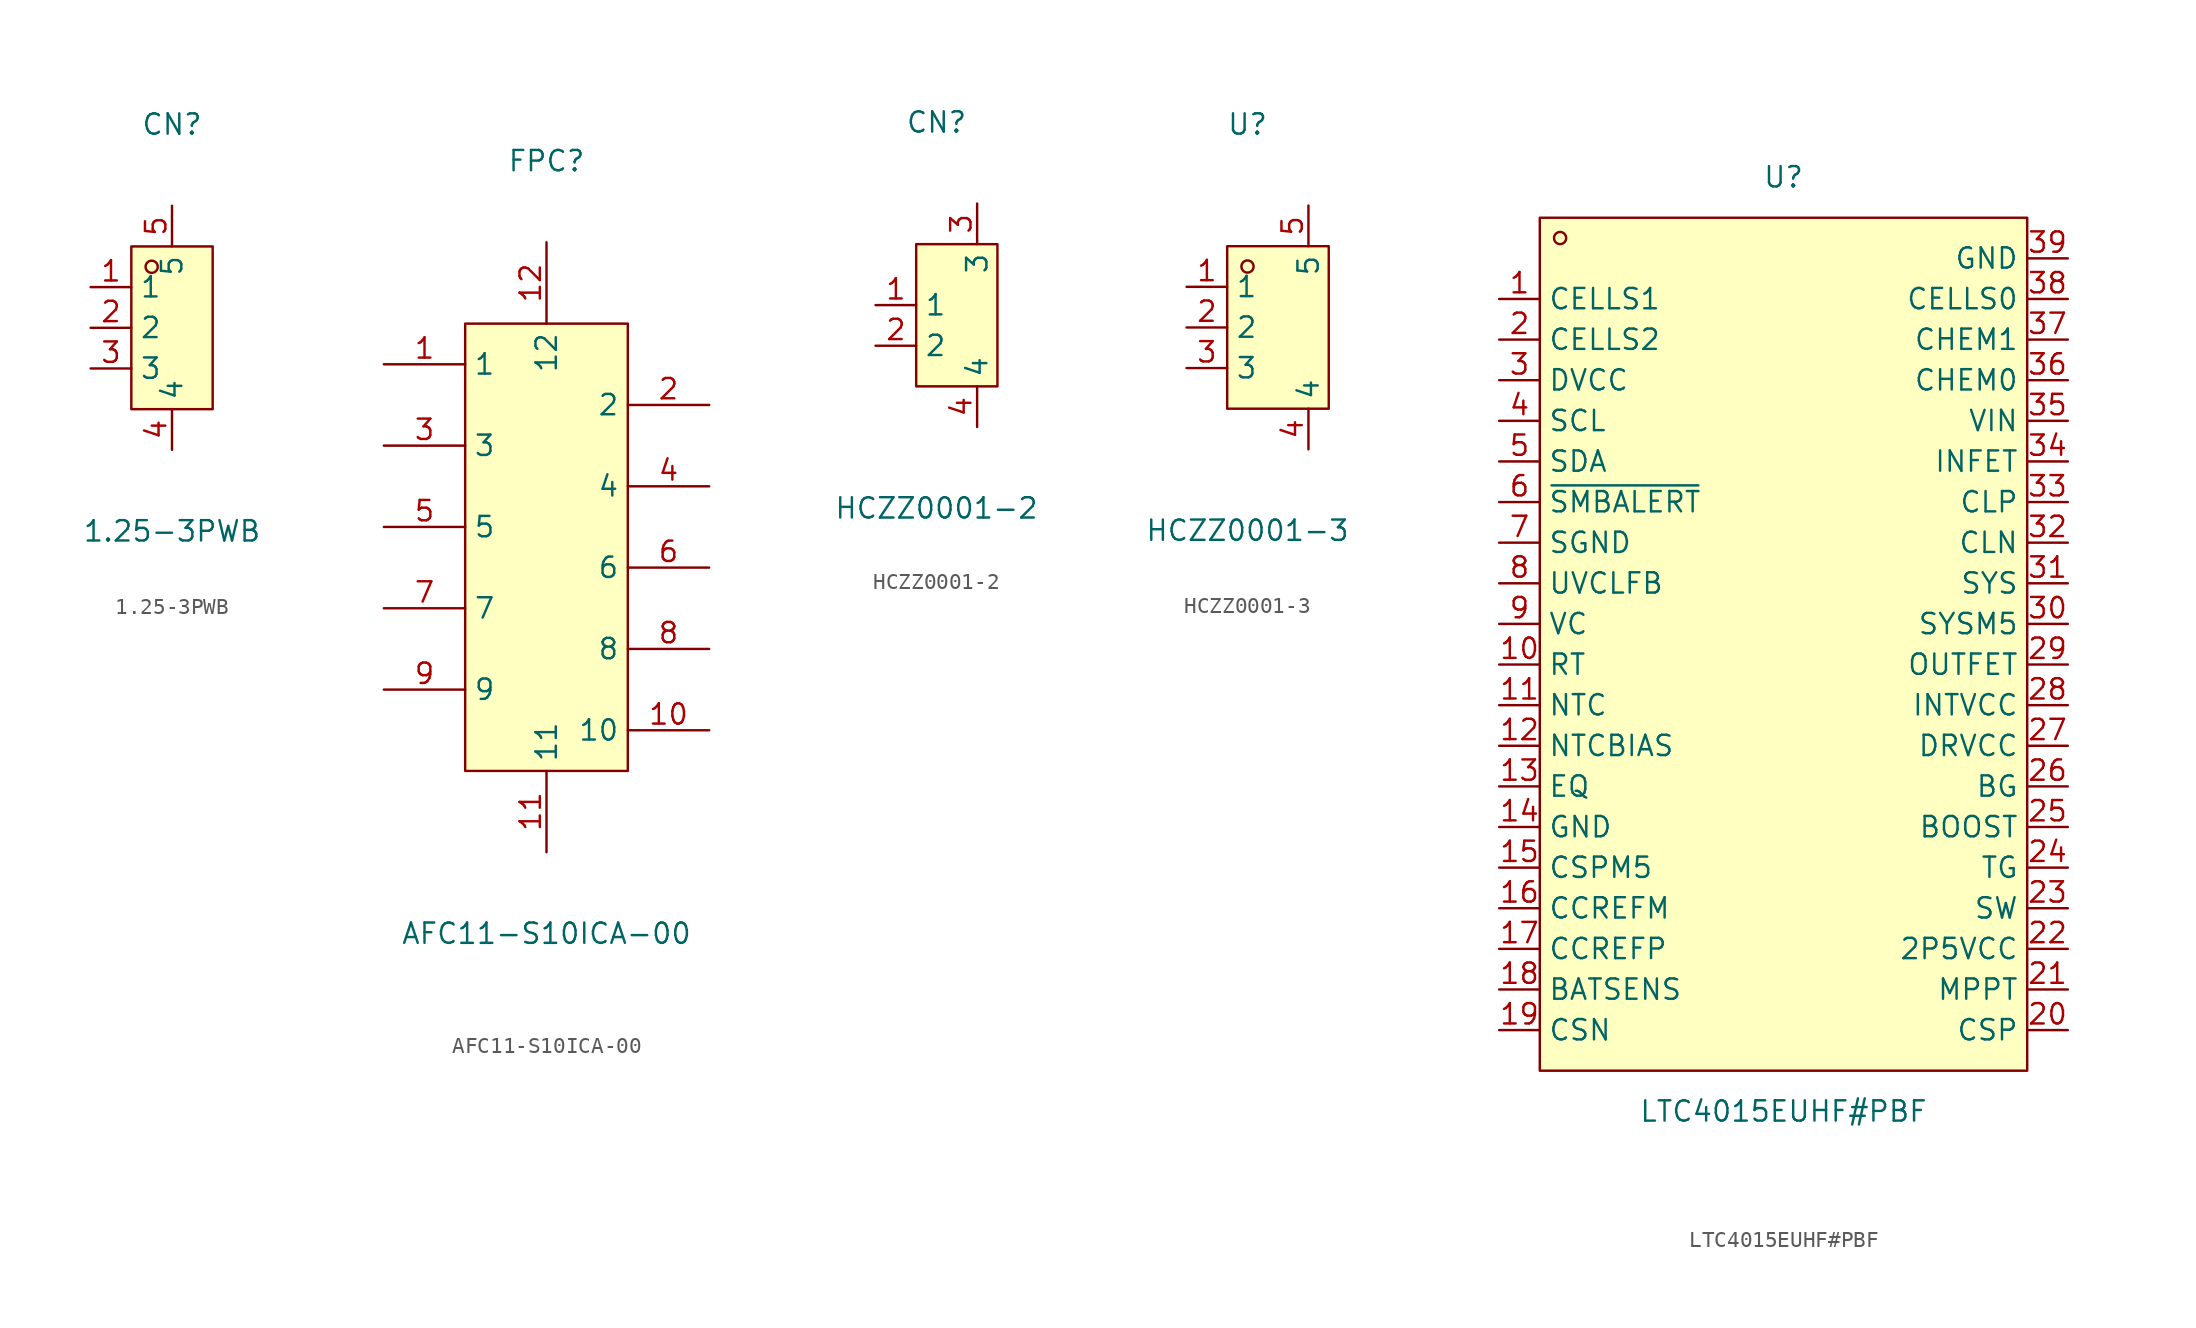
<source format=kicad_sym>
(kicad_symbol_lib
  (version 20231120)
  (generator "kicad_symbol_editor")
  (generator_version "8.0")
  (symbol "1.25-3PWB"
    (property "Reference" "CN"
      (at 0 12.7 0)
      (effects (font (size 1.27 1.27))))
    (property "Value" "1.25-3PWB"
      (at 0 -12.7 0)
      (effects (font (size 1.27 1.27))))
    (symbol "1.25-3PWB_0_1"
      (rectangle (start -2.54 5.08) (end 2.54 -5.08) (stroke (width 0) (type default)) (fill (type background)))
      (circle (center -1.27 3.81) (radius 0.38) (stroke (width 0) (type default)) (fill (type none)))
      (pin unspecified line (at -5.08 2.54 0) (length 2.54) (name "1" (effects (font (size 1.27 1.27)))) (number "1" (effects (font (size 1.27 1.27)))))
      (pin unspecified line (at -5.08 0 0) (length 2.54) (name "2" (effects (font (size 1.27 1.27)))) (number "2" (effects (font (size 1.27 1.27)))))
      (pin unspecified line (at -5.08 -2.54 0) (length 2.54) (name "3" (effects (font (size 1.27 1.27)))) (number "3" (effects (font (size 1.27 1.27)))))
      (pin unspecified line (at 0 -7.62 90) (length 2.54) (name "4" (effects (font (size 1.27 1.27)))) (number "4" (effects (font (size 1.27 1.27)))))
      (pin unspecified line (at 0 7.62 270) (length 2.54) (name "5" (effects (font (size 1.27 1.27)))) (number "5" (effects (font (size 1.27 1.27)))))))
  (symbol "AFC11-S10ICA-00"
    (property "Reference" "FPC"
      (at 0 24.13 0)
      (effects (font (size 1.27 1.27))))
    (property "Value" "AFC11-S10ICA-00"
      (at 0 -24.13 0)
      (effects (font (size 1.27 1.27))))
    (symbol "AFC11-S10ICA-00_0_1"
      (rectangle (start -5.08 13.97) (end 5.08 -13.97) (stroke (width 0) (type default)) (fill (type background)))
      (pin unspecified line (at -10.16 11.43 0) (length 5.08) (name "1" (effects (font (size 1.27 1.27)))) (number "1" (effects (font (size 1.27 1.27)))))
      (pin unspecified line (at 10.16 -11.43 180) (length 5.08) (name "10" (effects (font (size 1.27 1.27)))) (number "10" (effects (font (size 1.27 1.27)))))
      (pin unspecified line (at 0 -19.05 90) (length 5.08) (name "11" (effects (font (size 1.27 1.27)))) (number "11" (effects (font (size 1.27 1.27)))))
      (pin unspecified line (at 0 19.05 270) (length 5.08) (name "12" (effects (font (size 1.27 1.27)))) (number "12" (effects (font (size 1.27 1.27)))))
      (pin unspecified line (at 10.16 8.89 180) (length 5.08) (name "2" (effects (font (size 1.27 1.27)))) (number "2" (effects (font (size 1.27 1.27)))))
      (pin unspecified line (at -10.16 6.35 0) (length 5.08) (name "3" (effects (font (size 1.27 1.27)))) (number "3" (effects (font (size 1.27 1.27)))))
      (pin unspecified line (at 10.16 3.81 180) (length 5.08) (name "4" (effects (font (size 1.27 1.27)))) (number "4" (effects (font (size 1.27 1.27)))))
      (pin unspecified line (at -10.16 1.27 0) (length 5.08) (name "5" (effects (font (size 1.27 1.27)))) (number "5" (effects (font (size 1.27 1.27)))))
      (pin unspecified line (at 10.16 -1.27 180) (length 5.08) (name "6" (effects (font (size 1.27 1.27)))) (number "6" (effects (font (size 1.27 1.27)))))
      (pin unspecified line (at -10.16 -3.81 0) (length 5.08) (name "7" (effects (font (size 1.27 1.27)))) (number "7" (effects (font (size 1.27 1.27)))))
      (pin unspecified line (at 10.16 -6.35 180) (length 5.08) (name "8" (effects (font (size 1.27 1.27)))) (number "8" (effects (font (size 1.27 1.27)))))
      (pin unspecified line (at -10.16 -8.89 0) (length 5.08) (name "9" (effects (font (size 1.27 1.27)))) (number "9" (effects (font (size 1.27 1.27)))))))
  (symbol "HCZZ0001-2"
    (property "Reference" "CN"
      (at 0 12.7 0)
      (effects (font (size 1.27 1.27))))
    (property "Value" "HCZZ0001-2"
      (at 0 -11.43 0)
      (effects (font (size 1.27 1.27))))
    (symbol "HCZZ0001-2_0_1"
      (rectangle (start -1.27 5.08) (end 3.81 -3.81) (stroke (width 0) (type default)) (fill (type background)))
      (pin unspecified line (at -3.81 1.27 0) (length 2.54) (name "1" (effects (font (size 1.27 1.27)))) (number "1" (effects (font (size 1.27 1.27)))))
      (pin unspecified line (at -3.81 -1.27 0) (length 2.54) (name "2" (effects (font (size 1.27 1.27)))) (number "2" (effects (font (size 1.27 1.27)))))
      (pin unspecified line (at 2.54 7.62 270) (length 2.54) (name "3" (effects (font (size 1.27 1.27)))) (number "3" (effects (font (size 1.27 1.27)))))
      (pin unspecified line (at 2.54 -6.35 90) (length 2.54) (name "4" (effects (font (size 1.27 1.27)))) (number "4" (effects (font (size 1.27 1.27)))))))
  (symbol "HCZZ0001-3"
    (property "Reference" "U"
      (at 0 12.7 0)
      (effects (font (size 1.27 1.27))))
    (property "Value" "HCZZ0001-3"
      (at 0 -12.7 0)
      (effects (font (size 1.27 1.27))))
    (symbol "HCZZ0001-3_0_1"
      (rectangle (start -1.27 5.08) (end 5.08 -5.08) (stroke (width 0) (type default)) (fill (type background)))
      (circle (center 0 3.81) (radius 0.38) (stroke (width 0) (type default)) (fill (type none)))
      (pin unspecified line (at -3.81 2.54 0) (length 2.54) (name "1" (effects (font (size 1.27 1.27)))) (number "1" (effects (font (size 1.27 1.27)))))
      (pin unspecified line (at -3.81 0 0) (length 2.54) (name "2" (effects (font (size 1.27 1.27)))) (number "2" (effects (font (size 1.27 1.27)))))
      (pin unspecified line (at -3.81 -2.54 0) (length 2.54) (name "3" (effects (font (size 1.27 1.27)))) (number "3" (effects (font (size 1.27 1.27)))))
      (pin unspecified line (at 3.81 -7.62 90) (length 2.54) (name "4" (effects (font (size 1.27 1.27)))) (number "4" (effects (font (size 1.27 1.27)))))
      (pin unspecified line (at 3.81 7.62 270) (length 2.54) (name "5" (effects (font (size 1.27 1.27)))) (number "5" (effects (font (size 1.27 1.27)))))))
  (symbol "LTC4015EUHF#PBF"
    (property "Reference" "U"
      (at 0 30.48 0)
      (effects (font (size 1.27 1.27))))
    (property "Value" "LTC4015EUHF#PBF"
      (at 0 -27.94 0)
      (effects (font (size 1.27 1.27))))
    (symbol "LTC4015EUHF#PBF_0_1"
      (rectangle (start -15.24 27.94) (end 15.24 -25.4) (stroke (width 0) (type default)) (fill (type background)))
      (circle (center -13.97 26.67) (radius 0.38) (stroke (width 0) (type default)) (fill (type none)))
      (pin unspecified line (at -17.78 22.86 0) (length 2.54) (name "CELLS1" (effects (font (size 1.27 1.27)))) (number "1" (effects (font (size 1.27 1.27)))))
      (pin unspecified line (at -17.78 0 0) (length 2.54) (name "RT" (effects (font (size 1.27 1.27)))) (number "10" (effects (font (size 1.27 1.27)))))
      (pin unspecified line (at -17.78 -2.54 0) (length 2.54) (name "NTC" (effects (font (size 1.27 1.27)))) (number "11" (effects (font (size 1.27 1.27)))))
      (pin unspecified line (at -17.78 -5.08 0) (length 2.54) (name "NTCBIAS" (effects (font (size 1.27 1.27)))) (number "12" (effects (font (size 1.27 1.27)))))
      (pin unspecified line (at -17.78 -7.62 0) (length 2.54) (name "EQ" (effects (font (size 1.27 1.27)))) (number "13" (effects (font (size 1.27 1.27)))))
      (pin unspecified line (at -17.78 -10.16 0) (length 2.54) (name "GND" (effects (font (size 1.27 1.27)))) (number "14" (effects (font (size 1.27 1.27)))))
      (pin unspecified line (at -17.78 -12.7 0) (length 2.54) (name "CSPM5" (effects (font (size 1.27 1.27)))) (number "15" (effects (font (size 1.27 1.27)))))
      (pin unspecified line (at -17.78 -15.24 0) (length 2.54) (name "CCREFM" (effects (font (size 1.27 1.27)))) (number "16" (effects (font (size 1.27 1.27)))))
      (pin unspecified line (at -17.78 -17.78 0) (length 2.54) (name "CCREFP" (effects (font (size 1.27 1.27)))) (number "17" (effects (font (size 1.27 1.27)))))
      (pin unspecified line (at -17.78 -20.32 0) (length 2.54) (name "BATSENS" (effects (font (size 1.27 1.27)))) (number "18" (effects (font (size 1.27 1.27)))))
      (pin unspecified line (at -17.78 -22.86 0) (length 2.54) (name "CSN" (effects (font (size 1.27 1.27)))) (number "19" (effects (font (size 1.27 1.27)))))
      (pin unspecified line (at -17.78 20.32 0) (length 2.54) (name "CELLS2" (effects (font (size 1.27 1.27)))) (number "2" (effects (font (size 1.27 1.27)))))
      (pin unspecified line (at 17.78 -22.86 180) (length 2.54) (name "CSP" (effects (font (size 1.27 1.27)))) (number "20" (effects (font (size 1.27 1.27)))))
      (pin unspecified line (at 17.78 -20.32 180) (length 2.54) (name "MPPT" (effects (font (size 1.27 1.27)))) (number "21" (effects (font (size 1.27 1.27)))))
      (pin unspecified line (at 17.78 -17.78 180) (length 2.54) (name "2P5VCC" (effects (font (size 1.27 1.27)))) (number "22" (effects (font (size 1.27 1.27)))))
      (pin unspecified line (at 17.78 -15.24 180) (length 2.54) (name "SW" (effects (font (size 1.27 1.27)))) (number "23" (effects (font (size 1.27 1.27)))))
      (pin unspecified line (at 17.78 -12.7 180) (length 2.54) (name "TG" (effects (font (size 1.27 1.27)))) (number "24" (effects (font (size 1.27 1.27)))))
      (pin unspecified line (at 17.78 -10.16 180) (length 2.54) (name "BOOST" (effects (font (size 1.27 1.27)))) (number "25" (effects (font (size 1.27 1.27)))))
      (pin unspecified line (at 17.78 -7.62 180) (length 2.54) (name "BG" (effects (font (size 1.27 1.27)))) (number "26" (effects (font (size 1.27 1.27)))))
      (pin unspecified line (at 17.78 -5.08 180) (length 2.54) (name "DRVCC" (effects (font (size 1.27 1.27)))) (number "27" (effects (font (size 1.27 1.27)))))
      (pin unspecified line (at 17.78 -2.54 180) (length 2.54) (name "INTVCC" (effects (font (size 1.27 1.27)))) (number "28" (effects (font (size 1.27 1.27)))))
      (pin unspecified line (at 17.78 0 180) (length 2.54) (name "OUTFET" (effects (font (size 1.27 1.27)))) (number "29" (effects (font (size 1.27 1.27)))))
      (pin unspecified line (at -17.78 17.78 0) (length 2.54) (name "DVCC" (effects (font (size 1.27 1.27)))) (number "3" (effects (font (size 1.27 1.27)))))
      (pin unspecified line (at 17.78 2.54 180) (length 2.54) (name "SYSM5" (effects (font (size 1.27 1.27)))) (number "30" (effects (font (size 1.27 1.27)))))
      (pin unspecified line (at 17.78 5.08 180) (length 2.54) (name "SYS" (effects (font (size 1.27 1.27)))) (number "31" (effects (font (size 1.27 1.27)))))
      (pin unspecified line (at 17.78 7.62 180) (length 2.54) (name "CLN" (effects (font (size 1.27 1.27)))) (number "32" (effects (font (size 1.27 1.27)))))
      (pin unspecified line (at 17.78 10.16 180) (length 2.54) (name "CLP" (effects (font (size 1.27 1.27)))) (number "33" (effects (font (size 1.27 1.27)))))
      (pin unspecified line (at 17.78 12.7 180) (length 2.54) (name "INFET" (effects (font (size 1.27 1.27)))) (number "34" (effects (font (size 1.27 1.27)))))
      (pin unspecified line (at 17.78 15.24 180) (length 2.54) (name "VIN" (effects (font (size 1.27 1.27)))) (number "35" (effects (font (size 1.27 1.27)))))
      (pin unspecified line (at 17.78 17.78 180) (length 2.54) (name "CHEM0" (effects (font (size 1.27 1.27)))) (number "36" (effects (font (size 1.27 1.27)))))
      (pin unspecified line (at 17.78 20.32 180) (length 2.54) (name "CHEM1" (effects (font (size 1.27 1.27)))) (number "37" (effects (font (size 1.27 1.27)))))
      (pin unspecified line (at 17.78 22.86 180) (length 2.54) (name "CELLS0" (effects (font (size 1.27 1.27)))) (number "38" (effects (font (size 1.27 1.27)))))
      (pin unspecified line (at 17.78 25.4 180) (length 2.54) (name "GND" (effects (font (size 1.27 1.27)))) (number "39" (effects (font (size 1.27 1.27)))))
      (pin unspecified line (at -17.78 15.24 0) (length 2.54) (name "SCL" (effects (font (size 1.27 1.27)))) (number "4" (effects (font (size 1.27 1.27)))))
      (pin unspecified line (at -17.78 12.7 0) (length 2.54) (name "SDA" (effects (font (size 1.27 1.27)))) (number "5" (effects (font (size 1.27 1.27)))))
      (pin unspecified line (at -17.78 10.16 0) (length 2.54) (name "~{SMBALERT}" (effects (font (size 1.27 1.27)))) (number "6" (effects (font (size 1.27 1.27)))))
      (pin unspecified line (at -17.78 7.62 0) (length 2.54) (name "SGND" (effects (font (size 1.27 1.27)))) (number "7" (effects (font (size 1.27 1.27)))))
      (pin unspecified line (at -17.78 5.08 0) (length 2.54) (name "UVCLFB" (effects (font (size 1.27 1.27)))) (number "8" (effects (font (size 1.27 1.27)))))
      (pin unspecified line (at -17.78 2.54 0) (length 2.54) (name "VC" (effects (font (size 1.27 1.27)))) (number "9" (effects (font (size 1.27 1.27))))))))
</source>
